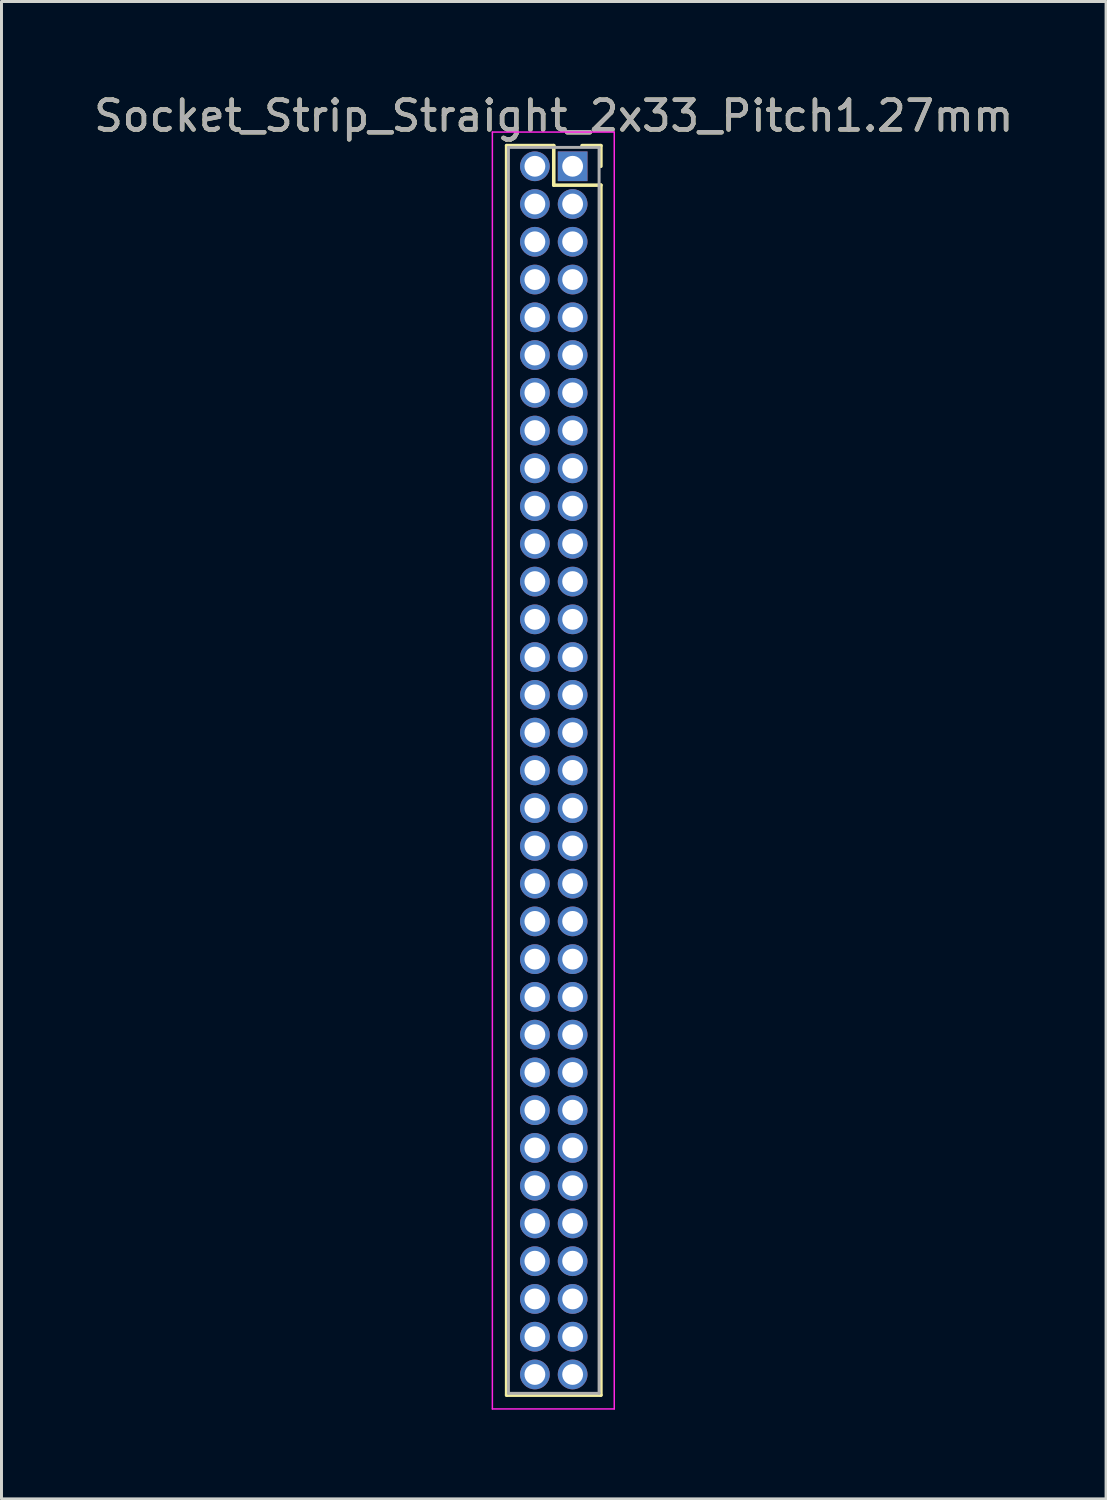
<source format=kicad_pcb>
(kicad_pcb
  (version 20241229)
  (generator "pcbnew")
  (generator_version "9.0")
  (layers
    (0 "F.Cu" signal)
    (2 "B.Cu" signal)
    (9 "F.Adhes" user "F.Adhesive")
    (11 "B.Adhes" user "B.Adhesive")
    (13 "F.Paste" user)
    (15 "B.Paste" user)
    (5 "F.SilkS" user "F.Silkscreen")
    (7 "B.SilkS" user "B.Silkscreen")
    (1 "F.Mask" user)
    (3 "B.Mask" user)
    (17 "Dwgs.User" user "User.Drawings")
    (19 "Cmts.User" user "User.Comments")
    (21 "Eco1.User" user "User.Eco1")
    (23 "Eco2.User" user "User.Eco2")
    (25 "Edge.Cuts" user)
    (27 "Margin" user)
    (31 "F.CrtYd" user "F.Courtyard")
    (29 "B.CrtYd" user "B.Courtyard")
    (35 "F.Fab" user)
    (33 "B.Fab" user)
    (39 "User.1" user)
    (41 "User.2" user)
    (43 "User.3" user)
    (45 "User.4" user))
  (footprint "Socket_Strip_Straight_2x33_Pitch1.27mm"
    (layer "F.Cu")
    (at 16.212 2.543)
    (property "Reference" "Socket_Strip_Straight_2x33_Pitch1.27mm" (at -0.635 -1.695 0) (layer "F.SilkS") (effects (font (size 1 1) (thickness 0.15))))
    (attr through_hole)
    (fp_line (start -2.22 -0.695) (end -0.635 -0.695) (stroke (width 0.12) (type solid)) (layer "F.SilkS"))
    (fp_line (start -2.22 41.335) (end -2.22 -0.695) (stroke (width 0.12) (type solid)) (layer "F.SilkS"))
    (fp_line (start -0.635 -0.695) (end -0.635 0.635) (stroke (width 0.12) (type solid)) (layer "F.SilkS"))
    (fp_line (start -0.635 0.635) (end 0.95 0.635) (stroke (width 0.12) (type solid)) (layer "F.SilkS"))
    (fp_line (start 0.95 -0.695) (end 0.315 -0.695) (stroke (width 0.12) (type solid)) (layer "F.SilkS"))
    (fp_line (start 0.95 0) (end 0.95 -0.695) (stroke (width 0.12) (type solid)) (layer "F.SilkS"))
    (fp_line (start 0.95 0.635) (end 0.95 41.335) (stroke (width 0.12) (type solid)) (layer "F.SilkS"))
    (fp_line (start 0.95 41.335) (end -2.22 41.335) (stroke (width 0.12) (type solid)) (layer "F.SilkS"))
    (fp_line (start -2.7 -1.15) (end -2.7 41.8) (stroke (width 0.05) (type solid)) (layer "F.CrtYd"))
    (fp_line (start -2.7 41.8) (end 1.4 41.8) (stroke (width 0.05) (type solid)) (layer "F.CrtYd"))
    (fp_line (start 1.4 -1.15) (end -2.7 -1.15) (stroke (width 0.05) (type solid)) (layer "F.CrtYd"))
    (fp_line (start 1.4 41.8) (end 1.4 -1.15) (stroke (width 0.05) (type solid)) (layer "F.CrtYd"))
    (fp_line (start -2.16 -0.635) (end -2.16 41.275) (stroke (width 0.1) (type solid)) (layer "F.Fab"))
    (fp_line (start -2.16 41.275) (end 0.89 41.275) (stroke (width 0.1) (type solid)) (layer "F.Fab"))
    (fp_line (start 0.89 -0.635) (end -2.16 -0.635) (stroke (width 0.1) (type solid)) (layer "F.Fab"))
    (fp_line (start 0.89 41.275) (end 0.89 -0.635) (stroke (width 0.1) (type solid)) (layer "F.Fab"))
    (fp_text user "${REFERENCE}" (at -0.635 -1.695 0) (layer "F.Fab") (effects (font (size 1 1) (thickness 0.15))))
    (pad "1" thru_hole rect (at 0 0) (size 1 1) (drill 0.7) (layers "*.Cu" "*.Mask"))
    (pad "2" thru_hole oval (at -1.27 0) (size 1 1) (drill 0.7) (layers "*.Cu" "*.Mask"))
    (pad "3" thru_hole oval (at 0 1.27) (size 1 1) (drill 0.7) (layers "*.Cu" "*.Mask"))
    (pad "4" thru_hole oval (at -1.27 1.27) (size 1 1) (drill 0.7) (layers "*.Cu" "*.Mask"))
    (pad "5" thru_hole oval (at 0 2.54) (size 1 1) (drill 0.7) (layers "*.Cu" "*.Mask"))
    (pad "6" thru_hole oval (at -1.27 2.54) (size 1 1) (drill 0.7) (layers "*.Cu" "*.Mask"))
    (pad "7" thru_hole oval (at 0 3.81) (size 1 1) (drill 0.7) (layers "*.Cu" "*.Mask"))
    (pad "8" thru_hole oval (at -1.27 3.81) (size 1 1) (drill 0.7) (layers "*.Cu" "*.Mask"))
    (pad "9" thru_hole oval (at 0 5.08) (size 1 1) (drill 0.7) (layers "*.Cu" "*.Mask"))
    (pad "10" thru_hole oval (at -1.27 5.08) (size 1 1) (drill 0.7) (layers "*.Cu" "*.Mask"))
    (pad "11" thru_hole oval (at 0 6.35) (size 1 1) (drill 0.7) (layers "*.Cu" "*.Mask"))
    (pad "12" thru_hole oval (at -1.27 6.35) (size 1 1) (drill 0.7) (layers "*.Cu" "*.Mask"))
    (pad "13" thru_hole oval (at 0 7.62) (size 1 1) (drill 0.7) (layers "*.Cu" "*.Mask"))
    (pad "14" thru_hole oval (at -1.27 7.62) (size 1 1) (drill 0.7) (layers "*.Cu" "*.Mask"))
    (pad "15" thru_hole oval (at 0 8.89) (size 1 1) (drill 0.7) (layers "*.Cu" "*.Mask"))
    (pad "16" thru_hole oval (at -1.27 8.89) (size 1 1) (drill 0.7) (layers "*.Cu" "*.Mask"))
    (pad "17" thru_hole oval (at 0 10.16) (size 1 1) (drill 0.7) (layers "*.Cu" "*.Mask"))
    (pad "18" thru_hole oval (at -1.27 10.16) (size 1 1) (drill 0.7) (layers "*.Cu" "*.Mask"))
    (pad "19" thru_hole oval (at 0 11.43) (size 1 1) (drill 0.7) (layers "*.Cu" "*.Mask"))
    (pad "20" thru_hole oval (at -1.27 11.43) (size 1 1) (drill 0.7) (layers "*.Cu" "*.Mask"))
    (pad "21" thru_hole oval (at 0 12.7) (size 1 1) (drill 0.7) (layers "*.Cu" "*.Mask"))
    (pad "22" thru_hole oval (at -1.27 12.7) (size 1 1) (drill 0.7) (layers "*.Cu" "*.Mask"))
    (pad "23" thru_hole oval (at 0 13.97) (size 1 1) (drill 0.7) (layers "*.Cu" "*.Mask"))
    (pad "24" thru_hole oval (at -1.27 13.97) (size 1 1) (drill 0.7) (layers "*.Cu" "*.Mask"))
    (pad "25" thru_hole oval (at 0 15.24) (size 1 1) (drill 0.7) (layers "*.Cu" "*.Mask"))
    (pad "26" thru_hole oval (at -1.27 15.24) (size 1 1) (drill 0.7) (layers "*.Cu" "*.Mask"))
    (pad "27" thru_hole oval (at 0 16.51) (size 1 1) (drill 0.7) (layers "*.Cu" "*.Mask"))
    (pad "28" thru_hole oval (at -1.27 16.51) (size 1 1) (drill 0.7) (layers "*.Cu" "*.Mask"))
    (pad "29" thru_hole oval (at 0 17.78) (size 1 1) (drill 0.7) (layers "*.Cu" "*.Mask"))
    (pad "30" thru_hole oval (at -1.27 17.78) (size 1 1) (drill 0.7) (layers "*.Cu" "*.Mask"))
    (pad "31" thru_hole oval (at 0 19.05) (size 1 1) (drill 0.7) (layers "*.Cu" "*.Mask"))
    (pad "32" thru_hole oval (at -1.27 19.05) (size 1 1) (drill 0.7) (layers "*.Cu" "*.Mask"))
    (pad "33" thru_hole oval (at 0 20.32) (size 1 1) (drill 0.7) (layers "*.Cu" "*.Mask"))
    (pad "34" thru_hole oval (at -1.27 20.32) (size 1 1) (drill 0.7) (layers "*.Cu" "*.Mask"))
    (pad "35" thru_hole oval (at 0 21.59) (size 1 1) (drill 0.7) (layers "*.Cu" "*.Mask"))
    (pad "36" thru_hole oval (at -1.27 21.59) (size 1 1) (drill 0.7) (layers "*.Cu" "*.Mask"))
    (pad "37" thru_hole oval (at 0 22.86) (size 1 1) (drill 0.7) (layers "*.Cu" "*.Mask"))
    (pad "38" thru_hole oval (at -1.27 22.86) (size 1 1) (drill 0.7) (layers "*.Cu" "*.Mask"))
    (pad "39" thru_hole oval (at 0 24.13) (size 1 1) (drill 0.7) (layers "*.Cu" "*.Mask"))
    (pad "40" thru_hole oval (at -1.27 24.13) (size 1 1) (drill 0.7) (layers "*.Cu" "*.Mask"))
    (pad "41" thru_hole oval (at 0 25.4) (size 1 1) (drill 0.7) (layers "*.Cu" "*.Mask"))
    (pad "42" thru_hole oval (at -1.27 25.4) (size 1 1) (drill 0.7) (layers "*.Cu" "*.Mask"))
    (pad "43" thru_hole oval (at 0 26.67) (size 1 1) (drill 0.7) (layers "*.Cu" "*.Mask"))
    (pad "44" thru_hole oval (at -1.27 26.67) (size 1 1) (drill 0.7) (layers "*.Cu" "*.Mask"))
    (pad "45" thru_hole oval (at 0 27.94) (size 1 1) (drill 0.7) (layers "*.Cu" "*.Mask"))
    (pad "46" thru_hole oval (at -1.27 27.94) (size 1 1) (drill 0.7) (layers "*.Cu" "*.Mask"))
    (pad "47" thru_hole oval (at 0 29.21) (size 1 1) (drill 0.7) (layers "*.Cu" "*.Mask"))
    (pad "48" thru_hole oval (at -1.27 29.21) (size 1 1) (drill 0.7) (layers "*.Cu" "*.Mask"))
    (pad "49" thru_hole oval (at 0 30.48) (size 1 1) (drill 0.7) (layers "*.Cu" "*.Mask"))
    (pad "50" thru_hole oval (at -1.27 30.48) (size 1 1) (drill 0.7) (layers "*.Cu" "*.Mask"))
    (pad "51" thru_hole oval (at 0 31.75) (size 1 1) (drill 0.7) (layers "*.Cu" "*.Mask"))
    (pad "52" thru_hole oval (at -1.27 31.75) (size 1 1) (drill 0.7) (layers "*.Cu" "*.Mask"))
    (pad "53" thru_hole oval (at 0 33.02) (size 1 1) (drill 0.7) (layers "*.Cu" "*.Mask"))
    (pad "54" thru_hole oval (at -1.27 33.02) (size 1 1) (drill 0.7) (layers "*.Cu" "*.Mask"))
    (pad "55" thru_hole oval (at 0 34.29) (size 1 1) (drill 0.7) (layers "*.Cu" "*.Mask"))
    (pad "56" thru_hole oval (at -1.27 34.29) (size 1 1) (drill 0.7) (layers "*.Cu" "*.Mask"))
    (pad "57" thru_hole oval (at 0 35.56) (size 1 1) (drill 0.7) (layers "*.Cu" "*.Mask"))
    (pad "58" thru_hole oval (at -1.27 35.56) (size 1 1) (drill 0.7) (layers "*.Cu" "*.Mask"))
    (pad "59" thru_hole oval (at 0 36.83) (size 1 1) (drill 0.7) (layers "*.Cu" "*.Mask"))
    (pad "60" thru_hole oval (at -1.27 36.83) (size 1 1) (drill 0.7) (layers "*.Cu" "*.Mask"))
    (pad "61" thru_hole oval (at 0 38.1) (size 1 1) (drill 0.7) (layers "*.Cu" "*.Mask"))
    (pad "62" thru_hole oval (at -1.27 38.1) (size 1 1) (drill 0.7) (layers "*.Cu" "*.Mask"))
    (pad "63" thru_hole oval (at 0 39.37) (size 1 1) (drill 0.7) (layers "*.Cu" "*.Mask"))
    (pad "64" thru_hole oval (at -1.27 39.37) (size 1 1) (drill 0.7) (layers "*.Cu" "*.Mask"))
    (pad "65" thru_hole oval (at 0 40.64) (size 1 1) (drill 0.7) (layers "*.Cu" "*.Mask"))
    (pad "66" thru_hole oval (at -1.27 40.64) (size 1 1) (drill 0.7) (layers "*.Cu" "*.Mask")))
  (gr_rect
    (start -3 -3)
    (end 34.155 47.368)
    (stroke (width 0.1) (type default))
    (fill no)
    (layer "Edge.Cuts")))
</source>
